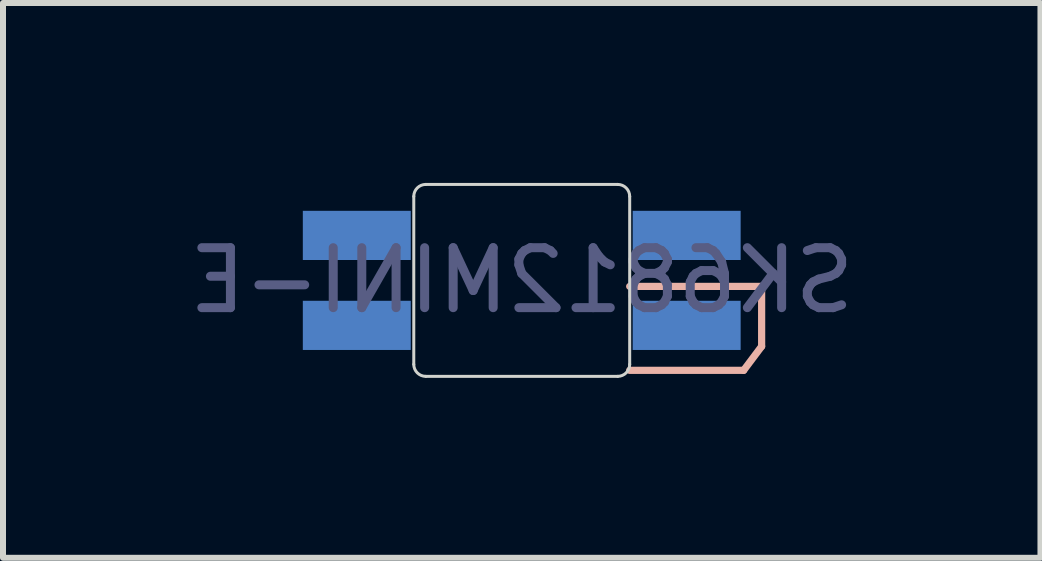
<source format=kicad_pcb>
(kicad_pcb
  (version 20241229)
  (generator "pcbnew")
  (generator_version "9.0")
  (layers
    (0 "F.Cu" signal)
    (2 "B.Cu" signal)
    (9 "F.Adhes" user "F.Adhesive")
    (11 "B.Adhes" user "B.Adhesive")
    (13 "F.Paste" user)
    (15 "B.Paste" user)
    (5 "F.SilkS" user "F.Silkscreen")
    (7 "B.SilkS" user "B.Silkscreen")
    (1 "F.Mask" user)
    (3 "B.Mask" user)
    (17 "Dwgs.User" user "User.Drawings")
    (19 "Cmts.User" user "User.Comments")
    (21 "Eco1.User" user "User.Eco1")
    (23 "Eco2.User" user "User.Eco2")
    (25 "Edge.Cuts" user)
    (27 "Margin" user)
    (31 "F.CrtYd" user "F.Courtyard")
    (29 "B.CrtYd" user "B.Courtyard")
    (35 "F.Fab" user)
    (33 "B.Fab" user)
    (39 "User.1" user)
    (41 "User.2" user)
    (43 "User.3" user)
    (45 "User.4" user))
  (footprint "SK6812MINI-E"
    (layer "F.Cu")
    (at 5.649 1.625)
    (property "Reference" "SK6812MINI-E" (at 0 0 0) (layer "B.Fab") (effects (font (size 1 1) (thickness 0.15)) (justify mirror)))
    (attr through_hole)
    (fp_line (start 2.4 0.1) (end 1.8 0.1) (stroke (width 0.12) (type solid)) (layer "B.SilkS"))
    (fp_line (start 2.4 0.1) (end 4 0.1) (stroke (width 0.12) (type solid)) (layer "B.SilkS"))
    (fp_line (start 3.7 1.5) (end 1.8 1.5) (stroke (width 0.12) (type solid)) (layer "B.SilkS"))
    (fp_line (start 4 0.1) (end 4 1.1) (stroke (width 0.12) (type solid)) (layer "B.SilkS"))
    (fp_line (start 4 1.1) (end 3.7 1.5) (stroke (width 0.12) (type solid)) (layer "B.SilkS"))
    (fp_line (start -1.8 1.4) (end -1.8 -1.4) (stroke (width 0.05) (type solid)) (layer "Edge.Cuts"))
    (fp_line (start -1.6 -1.6) (end 1.6 -1.6) (stroke (width 0.05) (type solid)) (layer "Edge.Cuts"))
    (fp_line (start 1.6 1.6) (end -1.6 1.6) (stroke (width 0.05) (type solid)) (layer "Edge.Cuts"))
    (fp_line (start 1.8 -1.4) (end 1.8 1.4) (stroke (width 0.05) (type solid)) (layer "Edge.Cuts"))
    (fp_arc (start -1.8 -1.4) (mid -1.741421 -1.541421) (end -1.6 -1.6) (stroke (width 0.05) (type solid)) (layer "Edge.Cuts"))
    (fp_arc (start -1.6 1.6) (mid -1.741421 1.541421) (end -1.8 1.4) (stroke (width 0.05) (type solid)) (layer "Edge.Cuts"))
    (fp_arc (start 1.6 -1.6) (mid 1.741421 -1.541421) (end 1.8 -1.4) (stroke (width 0.05) (type solid)) (layer "Edge.Cuts"))
    (fp_arc (start 1.8 1.4) (mid 1.741421 1.541421) (end 1.6 1.6) (stroke (width 0.05) (type solid)) (layer "Edge.Cuts"))
    (pad "1" smd rect (at -2.75 0.75 180) (size 1.8 0.82) (layers "B.Cu" "B.Mask" "B.Paste"))
    (pad "2" smd rect (at 2.75 0.75 180) (size 1.8 0.82) (layers "B.Cu" "B.Mask" "B.Paste"))
    (pad "3" smd rect (at 2.75 -0.75 180) (size 1.8 0.82) (layers "B.Cu" "B.Mask" "B.Paste"))
    (pad "4" smd rect (at -2.75 -0.75 180) (size 1.8 0.82) (layers "B.Cu" "B.Mask" "B.Paste")))
  (gr_rect
    (start -3 -3)
    (end 14.298 6.25)
    (stroke (width 0.1) (type default))
    (fill no)
    (layer "Edge.Cuts")))
</source>
